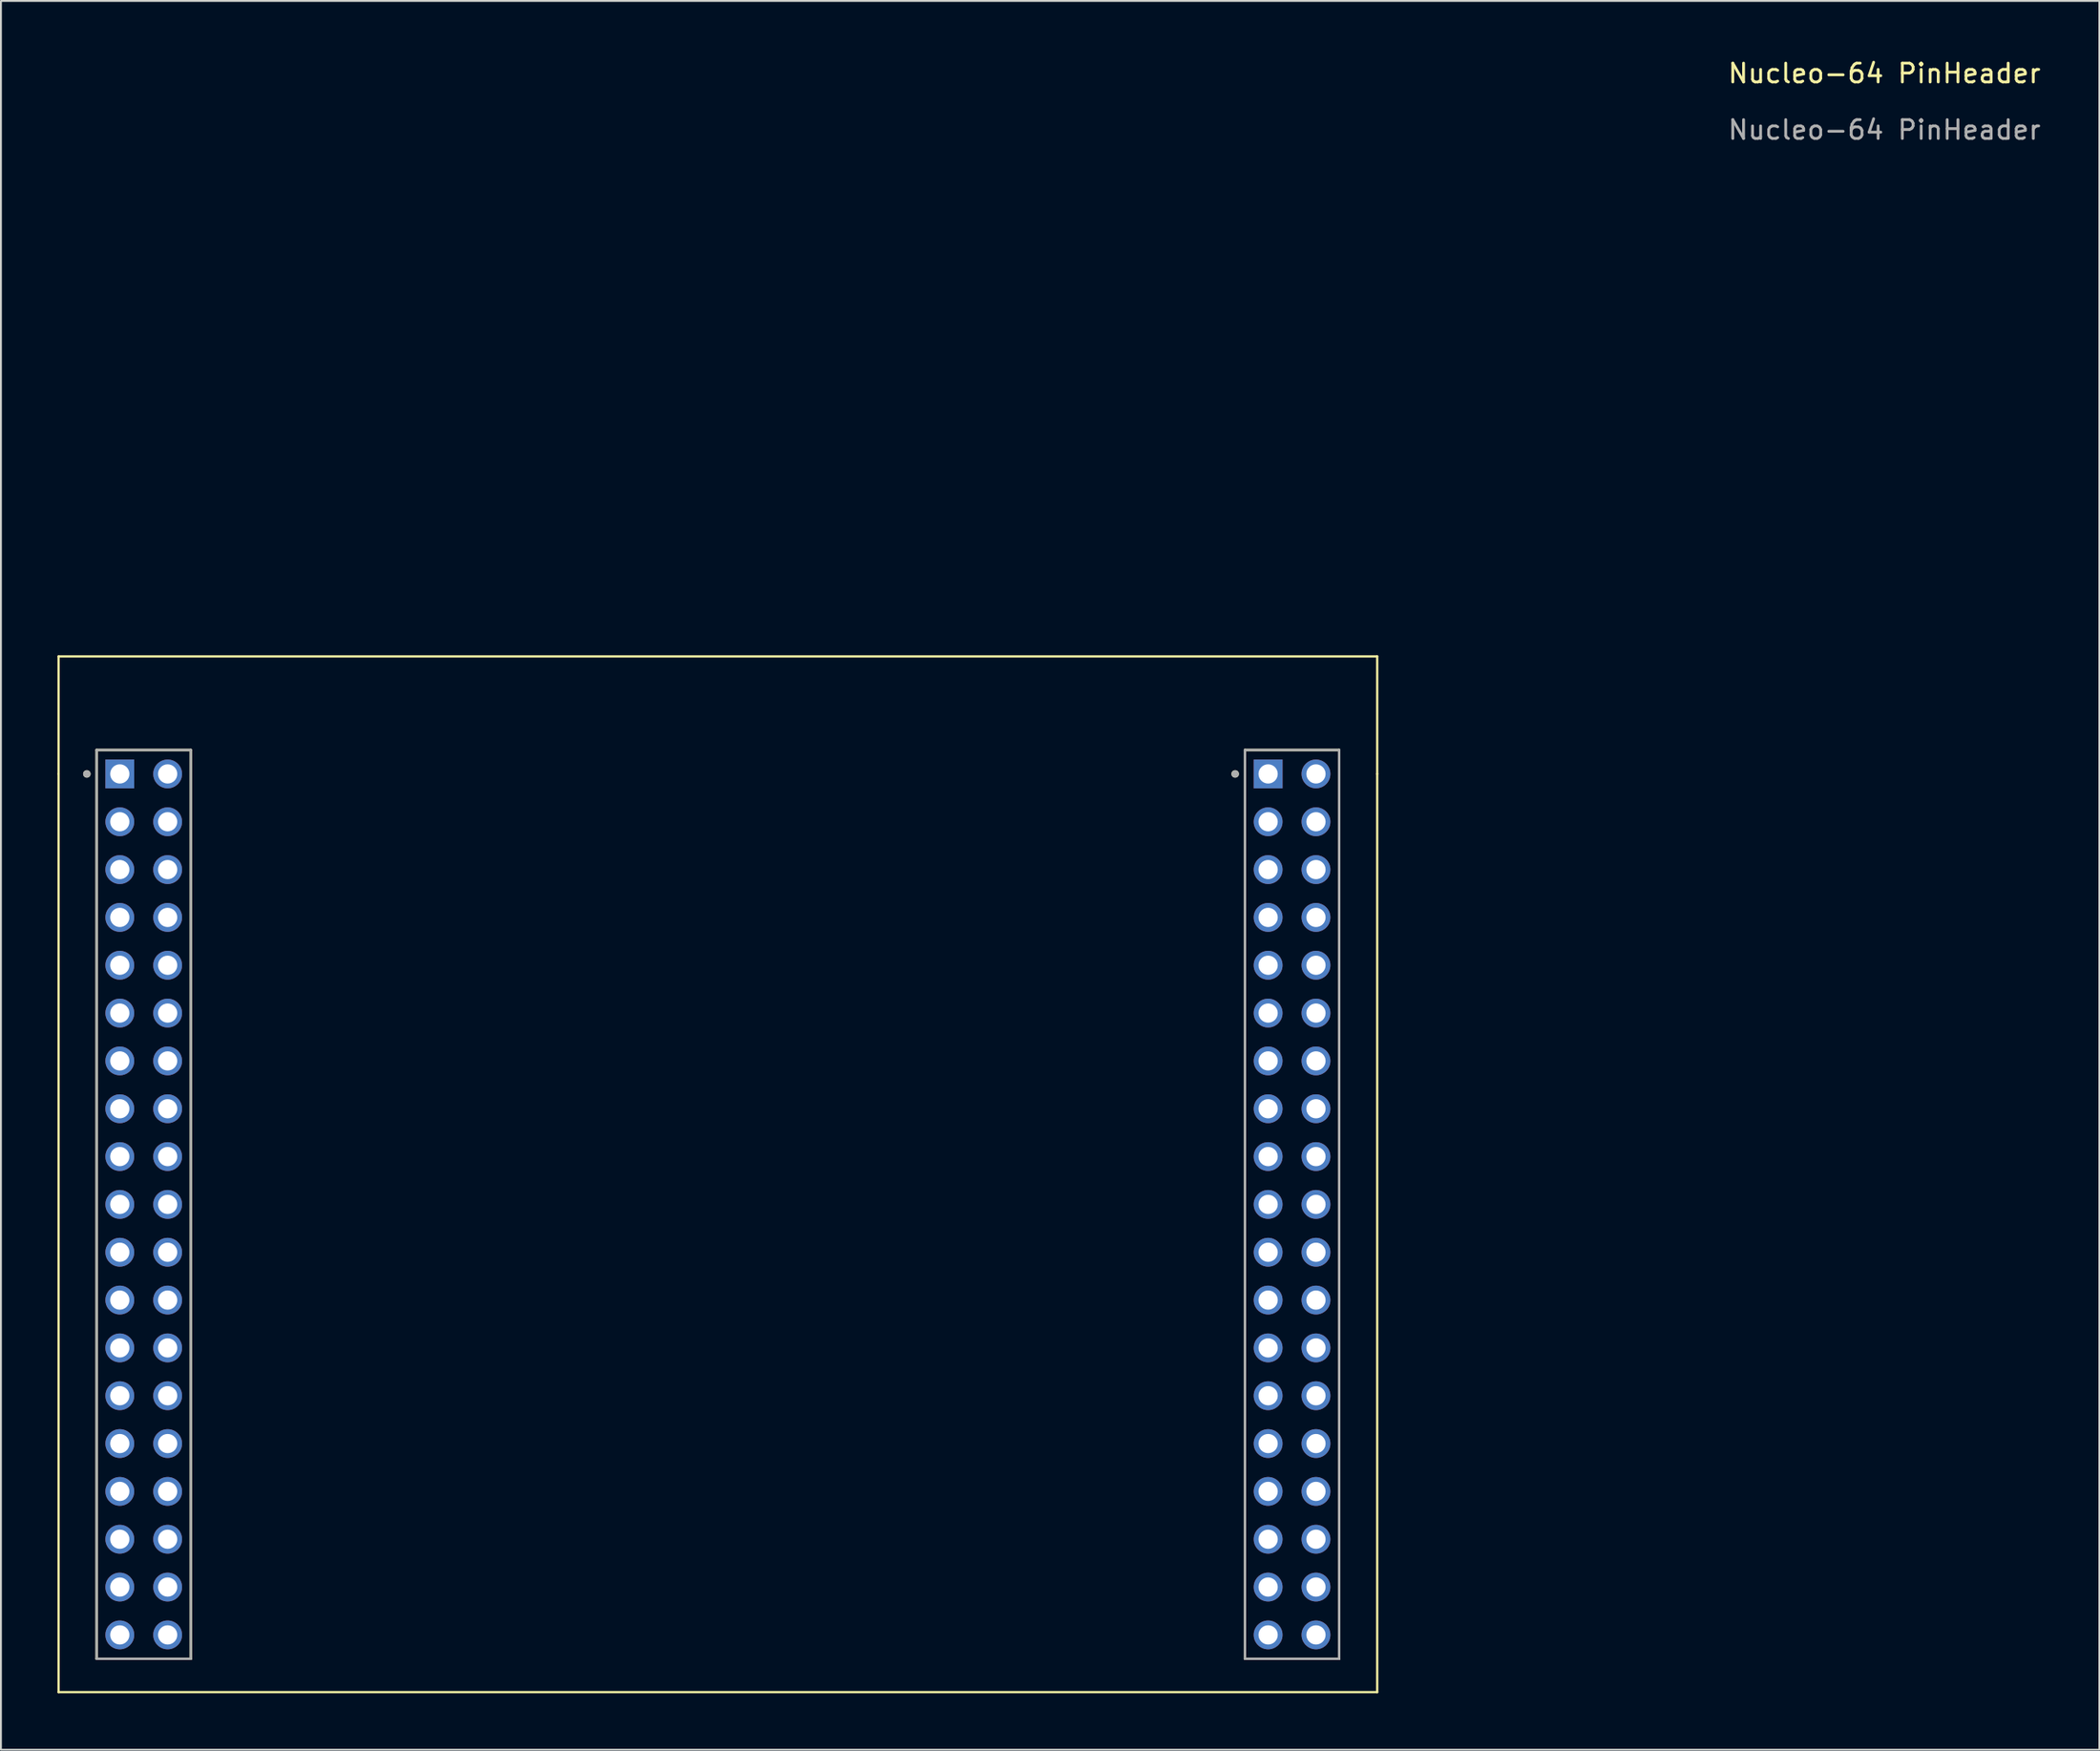
<source format=kicad_pcb>
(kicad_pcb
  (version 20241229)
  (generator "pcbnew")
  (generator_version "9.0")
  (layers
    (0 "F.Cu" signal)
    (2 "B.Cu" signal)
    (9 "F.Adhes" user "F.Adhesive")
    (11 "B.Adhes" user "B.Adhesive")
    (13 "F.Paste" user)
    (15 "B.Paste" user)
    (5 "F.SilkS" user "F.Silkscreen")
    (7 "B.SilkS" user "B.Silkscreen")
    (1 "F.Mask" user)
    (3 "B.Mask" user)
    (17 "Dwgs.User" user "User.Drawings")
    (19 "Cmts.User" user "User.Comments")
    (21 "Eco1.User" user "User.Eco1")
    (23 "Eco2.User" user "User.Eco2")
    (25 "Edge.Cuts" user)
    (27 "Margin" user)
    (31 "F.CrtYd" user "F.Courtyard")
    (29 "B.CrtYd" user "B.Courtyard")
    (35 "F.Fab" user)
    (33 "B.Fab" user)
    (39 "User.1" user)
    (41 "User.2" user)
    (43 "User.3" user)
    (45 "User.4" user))
  (footprint "Nucleo-64 PinHeader"
    (layer "F.Cu")
    (at 3.31 38.048)
    (property "Reference" "Nucleo-64 PinHeader" (at 93.675 -37.2 0) (unlocked yes) (layer "F.SilkS") (effects (font (size 1 1) (thickness 0.15))))
    (attr through_hole)
    (fp_line (start -3.25 -6.24) (end 66.75 -6.24) (stroke (width 0.12) (type default)) (layer "F.SilkS"))
    (fp_line (start -3.25 0) (end -3.25 -6.24) (stroke (width 0.12) (type default)) (layer "F.SilkS"))
    (fp_line (start -3.25 0) (end -3.25 48.76) (stroke (width 0.12) (type default)) (layer "F.SilkS"))
    (fp_line (start -3.25 48.76) (end 66.75 48.76) (stroke (width 0.12) (type default)) (layer "F.SilkS"))
    (fp_line (start -1.23 -1.27) (end -1.23 46.99) (stroke (width 0.127) (type solid)) (layer "F.SilkS"))
    (fp_line (start -1.23 46.99) (end 3.77 46.99) (stroke (width 0.127) (type solid)) (layer "F.SilkS"))
    (fp_line (start 3.77 -1.27) (end -1.23 -1.27) (stroke (width 0.127) (type solid)) (layer "F.SilkS"))
    (fp_line (start 3.77 46.99) (end 3.77 -1.27) (stroke (width 0.127) (type solid)) (layer "F.SilkS"))
    (fp_line (start 59.73 -1.27) (end 59.73 46.99) (stroke (width 0.127) (type solid)) (layer "F.SilkS"))
    (fp_line (start 59.73 46.99) (end 64.73 46.99) (stroke (width 0.127) (type solid)) (layer "F.SilkS"))
    (fp_line (start 64.73 -1.27) (end 59.73 -1.27) (stroke (width 0.127) (type solid)) (layer "F.SilkS"))
    (fp_line (start 64.73 46.99) (end 64.73 -1.27) (stroke (width 0.127) (type solid)) (layer "F.SilkS"))
    (fp_line (start 66.75 -6.24) (end 66.75 0) (stroke (width 0.12) (type default)) (layer "F.SilkS"))
    (fp_line (start 66.75 0) (end 66.75 48.76) (stroke (width 0.12) (type default)) (layer "F.SilkS"))
    (fp_circle (center -1.75 0) (end -1.65 0) (stroke (width 0.2) (type solid)) (fill no) (layer "F.SilkS"))
    (fp_circle (center 59.21 0) (end 59.31 0) (stroke (width 0.2) (type solid)) (fill no) (layer "F.SilkS"))
    (fp_line (start -1.23 -1.27) (end -1.23 46.99) (stroke (width 0.127) (type solid)) (layer "F.Fab"))
    (fp_line (start -1.23 46.99) (end 3.77 46.99) (stroke (width 0.127) (type solid)) (layer "F.Fab"))
    (fp_line (start 3.77 -1.27) (end -1.23 -1.27) (stroke (width 0.127) (type solid)) (layer "F.Fab"))
    (fp_line (start 3.77 46.99) (end 3.77 -1.27) (stroke (width 0.127) (type solid)) (layer "F.Fab"))
    (fp_line (start 59.73 -1.27) (end 59.73 46.99) (stroke (width 0.127) (type solid)) (layer "F.Fab"))
    (fp_line (start 59.73 46.99) (end 64.73 46.99) (stroke (width 0.127) (type solid)) (layer "F.Fab"))
    (fp_line (start 64.73 -1.27) (end 59.73 -1.27) (stroke (width 0.127) (type solid)) (layer "F.Fab"))
    (fp_line (start 64.73 46.99) (end 64.73 -1.27) (stroke (width 0.127) (type solid)) (layer "F.Fab"))
    (fp_circle (center -1.75 0) (end -1.65 0) (stroke (width 0.2) (type solid)) (fill no) (layer "F.Fab"))
    (fp_circle (center 59.21 0) (end 59.31 0) (stroke (width 0.2) (type solid)) (fill no) (layer "F.Fab"))
    (fp_text user "${REFERENCE}" (at 93.675 -34.2 0) (unlocked yes) (layer "F.Fab") (effects (font (size 1 1) (thickness 0.15))))
    (pad "1" thru_hole rect (at 0 0) (size 1.53 1.53) (drill 1.02) (layers "*.Cu" "*.Mask"))
    (pad "2" thru_hole circle (at 2.54 0) (size 1.53 1.53) (drill 1.02) (layers "*.Cu" "*.Mask"))
    (pad "3" thru_hole circle (at 0 2.54) (size 1.53 1.53) (drill 1.02) (layers "*.Cu" "*.Mask"))
    (pad "4" thru_hole circle (at 2.54 2.54) (size 1.53 1.53) (drill 1.02) (layers "*.Cu" "*.Mask"))
    (pad "5" thru_hole circle (at 0 5.08) (size 1.53 1.53) (drill 1.02) (layers "*.Cu" "*.Mask"))
    (pad "6" thru_hole circle (at 2.54 5.08) (size 1.53 1.53) (drill 1.02) (layers "*.Cu" "*.Mask"))
    (pad "7" thru_hole circle (at 0 7.62) (size 1.53 1.53) (drill 1.02) (layers "*.Cu" "*.Mask"))
    (pad "8" thru_hole circle (at 2.54 7.62) (size 1.53 1.53) (drill 1.02) (layers "*.Cu" "*.Mask"))
    (pad "9" thru_hole circle (at 0 10.16) (size 1.53 1.53) (drill 1.02) (layers "*.Cu" "*.Mask"))
    (pad "10" thru_hole circle (at 2.54 10.16) (size 1.53 1.53) (drill 1.02) (layers "*.Cu" "*.Mask"))
    (pad "11" thru_hole circle (at 0 12.7) (size 1.53 1.53) (drill 1.02) (layers "*.Cu" "*.Mask"))
    (pad "12" thru_hole circle (at 2.54 12.7) (size 1.53 1.53) (drill 1.02) (layers "*.Cu" "*.Mask"))
    (pad "13" thru_hole circle (at 0 15.24) (size 1.53 1.53) (drill 1.02) (layers "*.Cu" "*.Mask"))
    (pad "14" thru_hole circle (at 2.54 15.24) (size 1.53 1.53) (drill 1.02) (layers "*.Cu" "*.Mask"))
    (pad "15" thru_hole circle (at 0 17.78) (size 1.53 1.53) (drill 1.02) (layers "*.Cu" "*.Mask"))
    (pad "16" thru_hole circle (at 2.54 17.78) (size 1.53 1.53) (drill 1.02) (layers "*.Cu" "*.Mask"))
    (pad "17" thru_hole circle (at 0 20.32) (size 1.53 1.53) (drill 1.02) (layers "*.Cu" "*.Mask"))
    (pad "18" thru_hole circle (at 2.54 20.32) (size 1.53 1.53) (drill 1.02) (layers "*.Cu" "*.Mask"))
    (pad "19" thru_hole circle (at 0 22.86) (size 1.53 1.53) (drill 1.02) (layers "*.Cu" "*.Mask"))
    (pad "20" thru_hole circle (at 2.54 22.86) (size 1.53 1.53) (drill 1.02) (layers "*.Cu" "*.Mask"))
    (pad "21" thru_hole circle (at 0 25.4) (size 1.53 1.53) (drill 1.02) (layers "*.Cu" "*.Mask"))
    (pad "22" thru_hole circle (at 2.54 25.4) (size 1.53 1.53) (drill 1.02) (layers "*.Cu" "*.Mask"))
    (pad "23" thru_hole circle (at 0 27.94) (size 1.53 1.53) (drill 1.02) (layers "*.Cu" "*.Mask"))
    (pad "24" thru_hole circle (at 2.54 27.94) (size 1.53 1.53) (drill 1.02) (layers "*.Cu" "*.Mask"))
    (pad "25" thru_hole circle (at 0 30.48) (size 1.53 1.53) (drill 1.02) (layers "*.Cu" "*.Mask"))
    (pad "26" thru_hole circle (at 2.54 30.48) (size 1.53 1.53) (drill 1.02) (layers "*.Cu" "*.Mask"))
    (pad "27" thru_hole circle (at 0 33.02) (size 1.53 1.53) (drill 1.02) (layers "*.Cu" "*.Mask"))
    (pad "28" thru_hole circle (at 2.54 33.02) (size 1.53 1.53) (drill 1.02) (layers "*.Cu" "*.Mask"))
    (pad "29" thru_hole circle (at 0 35.56) (size 1.53 1.53) (drill 1.02) (layers "*.Cu" "*.Mask"))
    (pad "30" thru_hole circle (at 2.54 35.56) (size 1.53 1.53) (drill 1.02) (layers "*.Cu" "*.Mask"))
    (pad "31" thru_hole circle (at 0 38.1) (size 1.53 1.53) (drill 1.02) (layers "*.Cu" "*.Mask"))
    (pad "32" thru_hole circle (at 2.54 38.1) (size 1.53 1.53) (drill 1.02) (layers "*.Cu" "*.Mask"))
    (pad "33" thru_hole circle (at 0 40.64) (size 1.53 1.53) (drill 1.02) (layers "*.Cu" "*.Mask"))
    (pad "34" thru_hole circle (at 2.54 40.64) (size 1.53 1.53) (drill 1.02) (layers "*.Cu" "*.Mask"))
    (pad "35" thru_hole circle (at 0 43.18) (size 1.53 1.53) (drill 1.02) (layers "*.Cu" "*.Mask"))
    (pad "36" thru_hole circle (at 2.54 43.18) (size 1.53 1.53) (drill 1.02) (layers "*.Cu" "*.Mask"))
    (pad "37" thru_hole circle (at 0 45.72) (size 1.53 1.53) (drill 1.02) (layers "*.Cu" "*.Mask"))
    (pad "38" thru_hole circle (at 2.54 45.72) (size 1.53 1.53) (drill 1.02) (layers "*.Cu" "*.Mask"))
    (pad "39" thru_hole rect (at 60.96 0) (size 1.53 1.53) (drill 1.02) (layers "*.Cu" "*.Mask"))
    (pad "40" thru_hole circle (at 63.5 0) (size 1.53 1.53) (drill 1.02) (layers "*.Cu" "*.Mask"))
    (pad "41" thru_hole circle (at 60.96 2.54) (size 1.53 1.53) (drill 1.02) (layers "*.Cu" "*.Mask"))
    (pad "42" thru_hole circle (at 63.5 2.54) (size 1.53 1.53) (drill 1.02) (layers "*.Cu" "*.Mask"))
    (pad "43" thru_hole circle (at 60.96 5.08) (size 1.53 1.53) (drill 1.02) (layers "*.Cu" "*.Mask"))
    (pad "44" thru_hole circle (at 63.5 5.08) (size 1.53 1.53) (drill 1.02) (layers "*.Cu" "*.Mask"))
    (pad "45" thru_hole circle (at 60.96 7.62) (size 1.53 1.53) (drill 1.02) (layers "*.Cu" "*.Mask"))
    (pad "46" thru_hole circle (at 63.5 7.62) (size 1.53 1.53) (drill 1.02) (layers "*.Cu" "*.Mask"))
    (pad "47" thru_hole circle (at 60.96 10.16) (size 1.53 1.53) (drill 1.02) (layers "*.Cu" "*.Mask"))
    (pad "48" thru_hole circle (at 63.5 10.16) (size 1.53 1.53) (drill 1.02) (layers "*.Cu" "*.Mask"))
    (pad "49" thru_hole circle (at 60.96 12.7) (size 1.53 1.53) (drill 1.02) (layers "*.Cu" "*.Mask"))
    (pad "50" thru_hole circle (at 63.5 12.7) (size 1.53 1.53) (drill 1.02) (layers "*.Cu" "*.Mask"))
    (pad "51" thru_hole circle (at 60.96 15.24) (size 1.53 1.53) (drill 1.02) (layers "*.Cu" "*.Mask"))
    (pad "52" thru_hole circle (at 63.5 15.24) (size 1.53 1.53) (drill 1.02) (layers "*.Cu" "*.Mask"))
    (pad "53" thru_hole circle (at 60.96 17.78) (size 1.53 1.53) (drill 1.02) (layers "*.Cu" "*.Mask"))
    (pad "54" thru_hole circle (at 63.5 17.78) (size 1.53 1.53) (drill 1.02) (layers "*.Cu" "*.Mask"))
    (pad "55" thru_hole circle (at 60.96 20.32) (size 1.53 1.53) (drill 1.02) (layers "*.Cu" "*.Mask"))
    (pad "56" thru_hole circle (at 63.5 20.32) (size 1.53 1.53) (drill 1.02) (layers "*.Cu" "*.Mask"))
    (pad "57" thru_hole circle (at 60.96 22.86) (size 1.53 1.53) (drill 1.02) (layers "*.Cu" "*.Mask"))
    (pad "58" thru_hole circle (at 63.5 22.86) (size 1.53 1.53) (drill 1.02) (layers "*.Cu" "*.Mask"))
    (pad "59" thru_hole circle (at 60.96 25.4) (size 1.53 1.53) (drill 1.02) (layers "*.Cu" "*.Mask"))
    (pad "60" thru_hole circle (at 63.5 25.4) (size 1.53 1.53) (drill 1.02) (layers "*.Cu" "*.Mask"))
    (pad "61" thru_hole circle (at 60.96 27.94) (size 1.53 1.53) (drill 1.02) (layers "*.Cu" "*.Mask"))
    (pad "62" thru_hole circle (at 63.5 27.94) (size 1.53 1.53) (drill 1.02) (layers "*.Cu" "*.Mask"))
    (pad "63" thru_hole circle (at 60.96 30.48) (size 1.53 1.53) (drill 1.02) (layers "*.Cu" "*.Mask"))
    (pad "64" thru_hole circle (at 63.5 30.48) (size 1.53 1.53) (drill 1.02) (layers "*.Cu" "*.Mask"))
    (pad "65" thru_hole circle (at 60.96 33.02) (size 1.53 1.53) (drill 1.02) (layers "*.Cu" "*.Mask"))
    (pad "66" thru_hole circle (at 63.5 33.02) (size 1.53 1.53) (drill 1.02) (layers "*.Cu" "*.Mask"))
    (pad "67" thru_hole circle (at 60.96 35.56) (size 1.53 1.53) (drill 1.02) (layers "*.Cu" "*.Mask"))
    (pad "68" thru_hole circle (at 63.5 35.56) (size 1.53 1.53) (drill 1.02) (layers "*.Cu" "*.Mask"))
    (pad "69" thru_hole circle (at 60.96 38.1) (size 1.53 1.53) (drill 1.02) (layers "*.Cu" "*.Mask"))
    (pad "70" thru_hole circle (at 63.5 38.1) (size 1.53 1.53) (drill 1.02) (layers "*.Cu" "*.Mask"))
    (pad "71" thru_hole circle (at 60.96 40.64) (size 1.53 1.53) (drill 1.02) (layers "*.Cu" "*.Mask"))
    (pad "72" thru_hole circle (at 63.5 40.64) (size 1.53 1.53) (drill 1.02) (layers "*.Cu" "*.Mask"))
    (pad "73" thru_hole circle (at 60.96 43.18) (size 1.53 1.53) (drill 1.02) (layers "*.Cu" "*.Mask"))
    (pad "74" thru_hole circle (at 63.5 43.18) (size 1.53 1.53) (drill 1.02) (layers "*.Cu" "*.Mask"))
    (pad "75" thru_hole circle (at 60.96 45.72) (size 1.53 1.53) (drill 1.02) (layers "*.Cu" "*.Mask"))
    (pad "76" thru_hole circle (at 63.5 45.72) (size 1.53 1.53) (drill 1.02) (layers "*.Cu" "*.Mask")))
  (gr_rect
    (start -3 -3)
    (end 108.396 89.868)
    (stroke (width 0.1) (type default))
    (fill no)
    (layer "Edge.Cuts")))
</source>
